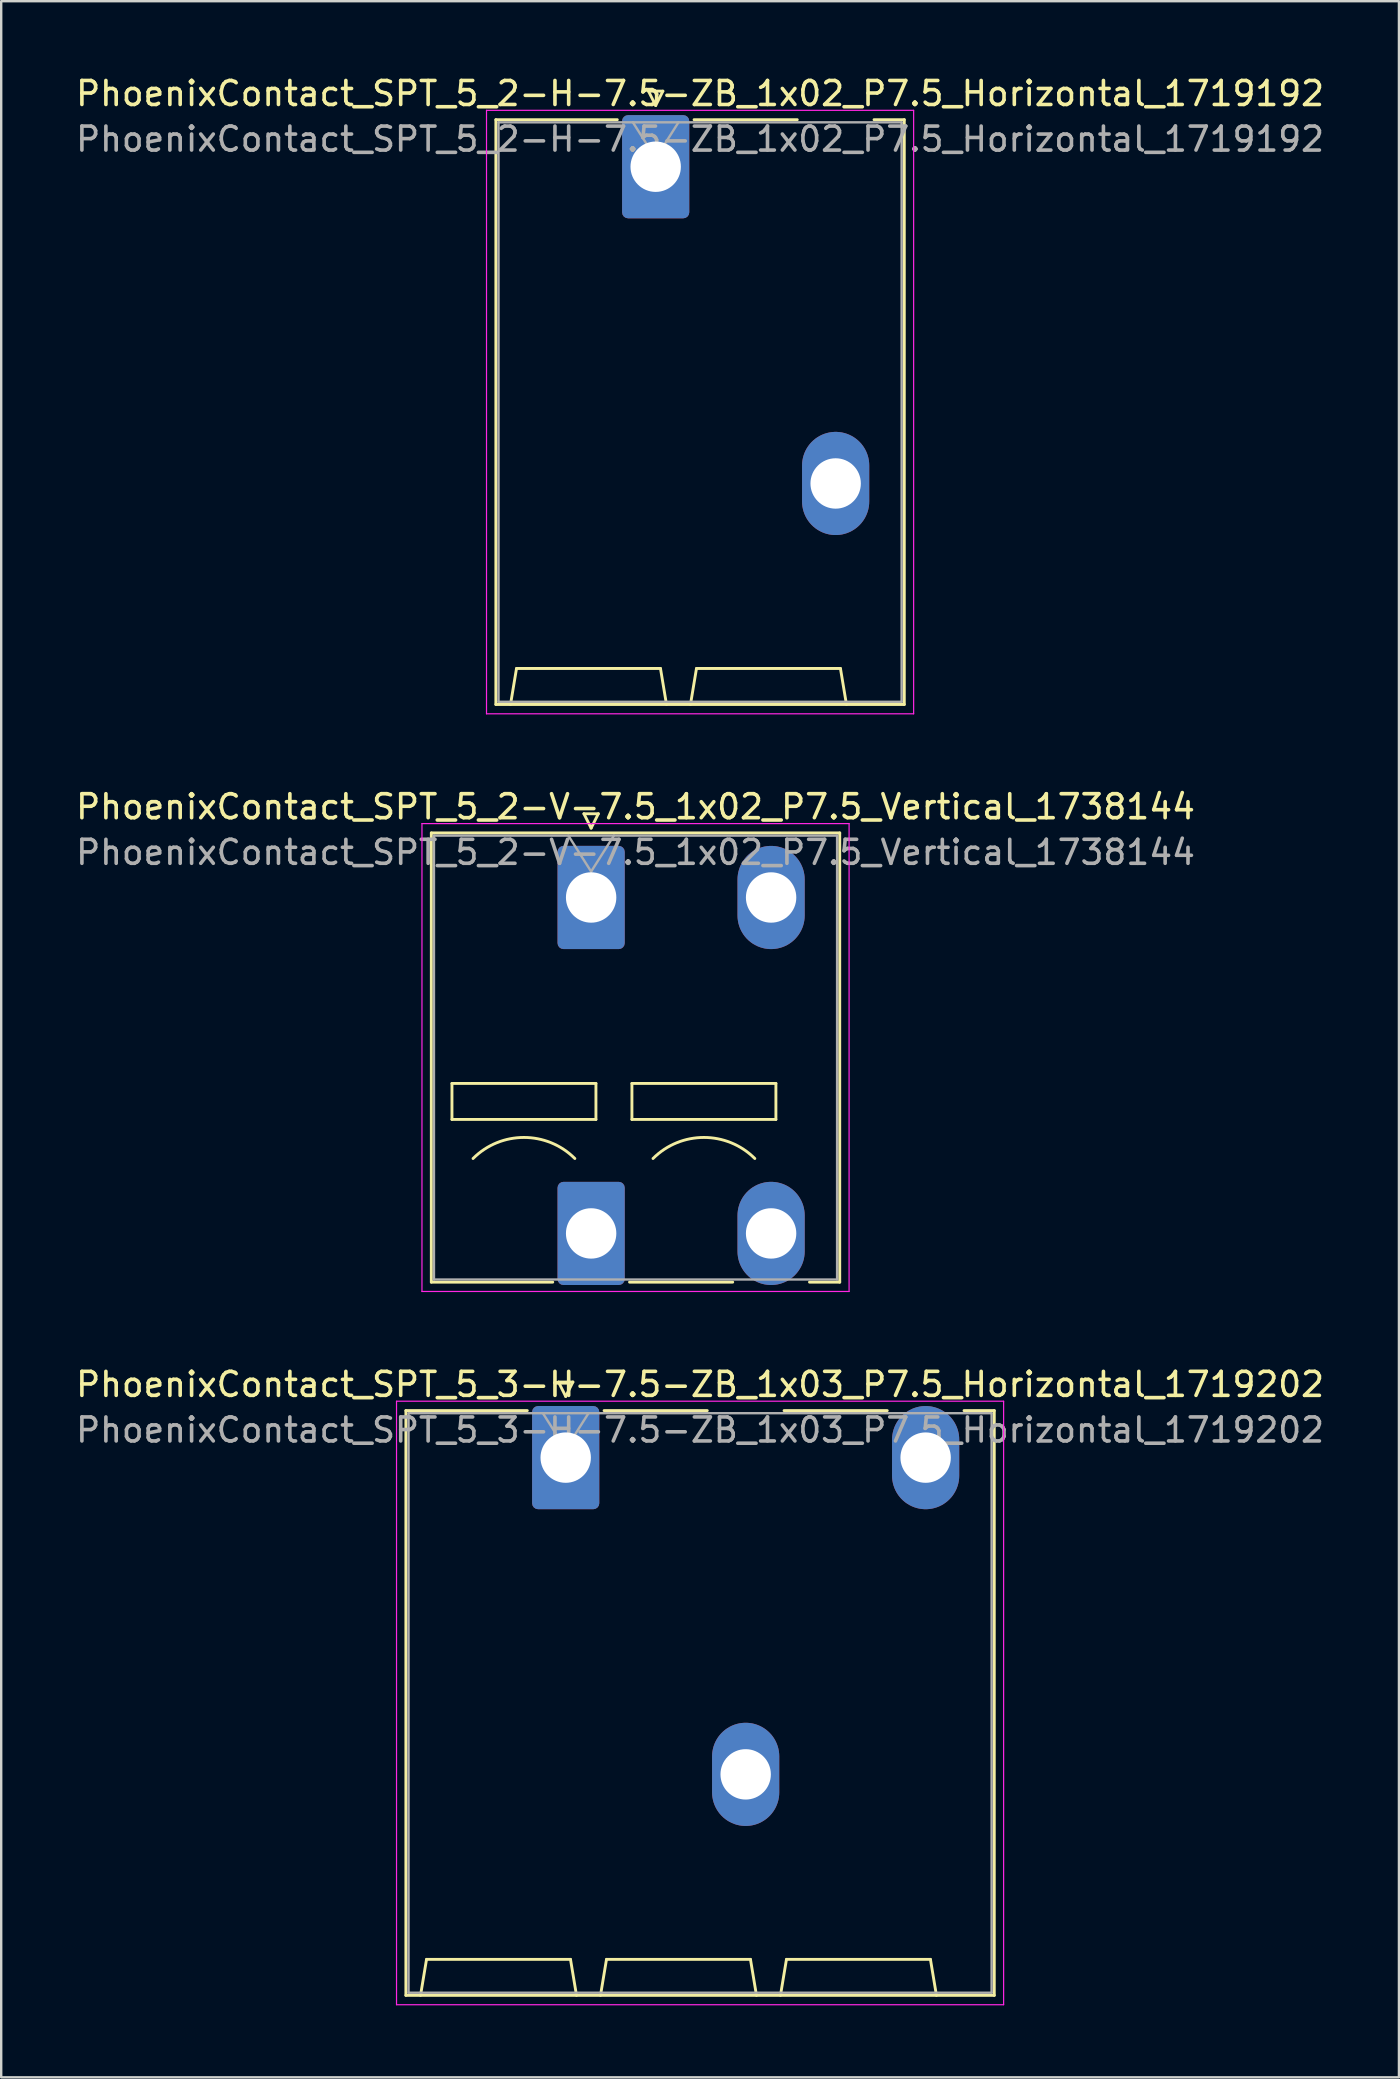
<source format=kicad_pcb>
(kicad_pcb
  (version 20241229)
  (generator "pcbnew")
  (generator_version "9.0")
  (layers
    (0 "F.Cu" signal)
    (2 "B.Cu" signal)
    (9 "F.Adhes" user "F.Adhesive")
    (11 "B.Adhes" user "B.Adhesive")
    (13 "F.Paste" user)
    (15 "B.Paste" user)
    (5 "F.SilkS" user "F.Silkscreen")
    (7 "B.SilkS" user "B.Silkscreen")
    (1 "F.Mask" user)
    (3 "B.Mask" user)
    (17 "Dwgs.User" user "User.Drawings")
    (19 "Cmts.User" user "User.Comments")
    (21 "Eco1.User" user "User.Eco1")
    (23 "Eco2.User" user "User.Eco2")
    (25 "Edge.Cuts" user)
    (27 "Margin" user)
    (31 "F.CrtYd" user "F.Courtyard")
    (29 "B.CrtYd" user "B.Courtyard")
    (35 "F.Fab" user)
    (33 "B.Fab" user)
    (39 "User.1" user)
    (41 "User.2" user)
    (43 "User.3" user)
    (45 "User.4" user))
  (footprint "PhoenixContact_SPT_5_2-H-7.5-ZB_1x02_P7.5_Horizontal_1719192"
    (layer "F.Cu")
    (at 24.275 3.898)
    (property "Reference" "PhoenixContact_SPT_5_2-H-7.5-ZB_1x02_P7.5_Horizontal_1719192" (at 1.85 -3.05 0) (layer "F.SilkS") (effects (font (size 1 1) (thickness 0.15))))
    (attr through_hole)
    (fp_line (start -6.66 -1.96) (end -1.6 -1.96) (stroke (width 0.12) (type solid)) (layer "F.SilkS"))
    (fp_line (start -6.66 22.41) (end -6.66 -1.96) (stroke (width 0.12) (type solid)) (layer "F.SilkS"))
    (fp_line (start -6.05 22.41) (end -5.8 20.91) (stroke (width 0.12) (type solid)) (layer "F.SilkS"))
    (fp_line (start -5.8 20.91) (end 0.2 20.91) (stroke (width 0.12) (type solid)) (layer "F.SilkS"))
    (fp_line (start -0.3 -3.15) (end 0 -2.55) (stroke (width 0.12) (type solid)) (layer "F.SilkS"))
    (fp_line (start -0.3 -3.15) (end 0.3 -3.15) (stroke (width 0.12) (type solid)) (layer "F.SilkS"))
    (fp_line (start 0.3 -3.15) (end 0 -2.55) (stroke (width 0.12) (type solid)) (layer "F.SilkS"))
    (fp_line (start 0.45 22.41) (end 0.2 20.91) (stroke (width 0.12) (type solid)) (layer "F.SilkS"))
    (fp_line (start 1.45 22.41) (end 1.7 20.91) (stroke (width 0.12) (type solid)) (layer "F.SilkS"))
    (fp_line (start 1.6 -1.96) (end 5.9 -1.96) (stroke (width 0.12) (type solid)) (layer "F.SilkS"))
    (fp_line (start 1.7 20.91) (end 7.7 20.91) (stroke (width 0.12) (type solid)) (layer "F.SilkS"))
    (fp_line (start 7.95 22.41) (end 7.7 20.91) (stroke (width 0.12) (type solid)) (layer "F.SilkS"))
    (fp_line (start 9.1 -1.96) (end 10.36 -1.96) (stroke (width 0.12) (type solid)) (layer "F.SilkS"))
    (fp_line (start 10.36 -1.96) (end 10.36 22.41) (stroke (width 0.12) (type solid)) (layer "F.SilkS"))
    (fp_line (start 10.36 22.41) (end -6.66 22.41) (stroke (width 0.12) (type solid)) (layer "F.SilkS"))
    (fp_line (start -7.05 -2.35) (end -7.05 22.8) (stroke (width 0.05) (type solid)) (layer "F.CrtYd"))
    (fp_line (start -7.05 22.8) (end 10.75 22.8) (stroke (width 0.05) (type solid)) (layer "F.CrtYd"))
    (fp_line (start 10.75 -2.35) (end -7.05 -2.35) (stroke (width 0.05) (type solid)) (layer "F.CrtYd"))
    (fp_line (start 10.75 22.8) (end 10.75 -2.35) (stroke (width 0.05) (type solid)) (layer "F.CrtYd"))
    (fp_line (start -6.55 -1.85) (end -6.55 22.3) (stroke (width 0.1) (type solid)) (layer "F.Fab"))
    (fp_line (start -6.55 22.3) (end 10.25 22.3) (stroke (width 0.1) (type solid)) (layer "F.Fab"))
    (fp_line (start -0.95 -1.85) (end 0 -0.35) (stroke (width 0.1) (type solid)) (layer "F.Fab"))
    (fp_line (start 0.95 -1.85) (end 0 -0.35) (stroke (width 0.1) (type solid)) (layer "F.Fab"))
    (fp_line (start 10.25 -1.85) (end -6.55 -1.85) (stroke (width 0.1) (type solid)) (layer "F.Fab"))
    (fp_line (start 10.25 22.3) (end 10.25 -1.85) (stroke (width 0.1) (type solid)) (layer "F.Fab"))
    (fp_text user "${REFERENCE}" (at 1.85 -1.15 0) (layer "F.Fab") (effects (font (size 1 1) (thickness 0.15))))
    (pad "1" thru_hole roundrect (at 0 0) (size 2.8 4.3) (drill 2.1) (layers "*.Cu" "*.Mask") (roundrect_rratio 0.089))
    (pad "2" thru_hole oval (at 7.5 13.2) (size 2.8 4.3) (drill 2.1) (layers "*.Cu" "*.Mask")))
  (footprint "PhoenixContact_SPT_5_2-V-7.5_1x02_P7.5_Vertical_1738144"
    (layer "F.Cu")
    (at 21.585 34.352)
    (property "Reference" "PhoenixContact_SPT_5_2-V-7.5_1x02_P7.5_Vertical_1738144" (at 1.85 -3.78 0) (layer "F.SilkS") (effects (font (size 1 1) (thickness 0.15))))
    (attr through_hole)
    (fp_line (start -6.66 -2.69) (end 10.36 -2.69) (stroke (width 0.12) (type solid)) (layer "F.SilkS"))
    (fp_line (start -6.66 16.03) (end -6.66 -2.69) (stroke (width 0.12) (type solid)) (layer "F.SilkS"))
    (fp_line (start -6.66 16.03) (end -1.6 16.03) (stroke (width 0.12) (type solid)) (layer "F.SilkS"))
    (fp_line (start -5.8 7.75) (end -5.8 9.25) (stroke (width 0.12) (type solid)) (layer "F.SilkS"))
    (fp_line (start -5.8 9.25) (end 0.2 9.25) (stroke (width 0.12) (type solid)) (layer "F.SilkS"))
    (fp_line (start -0.3 -3.49) (end 0 -2.89) (stroke (width 0.12) (type solid)) (layer "F.SilkS"))
    (fp_line (start -0.3 -3.49) (end 0.3 -3.49) (stroke (width 0.12) (type solid)) (layer "F.SilkS"))
    (fp_line (start 0.2 7.75) (end -5.8 7.75) (stroke (width 0.12) (type solid)) (layer "F.SilkS"))
    (fp_line (start 0.2 9.25) (end 0.2 7.75) (stroke (width 0.12) (type solid)) (layer "F.SilkS"))
    (fp_line (start 0.3 -3.49) (end 0 -2.89) (stroke (width 0.12) (type solid)) (layer "F.SilkS"))
    (fp_line (start 1.6 16.03) (end 5.9 16.03) (stroke (width 0.12) (type solid)) (layer "F.SilkS"))
    (fp_line (start 1.7 7.75) (end 1.7 9.25) (stroke (width 0.12) (type solid)) (layer "F.SilkS"))
    (fp_line (start 1.7 9.25) (end 7.7 9.25) (stroke (width 0.12) (type solid)) (layer "F.SilkS"))
    (fp_line (start 7.7 7.75) (end 1.7 7.75) (stroke (width 0.12) (type solid)) (layer "F.SilkS"))
    (fp_line (start 7.7 9.25) (end 7.7 7.75) (stroke (width 0.12) (type solid)) (layer "F.SilkS"))
    (fp_line (start 9.1 16.03) (end 10.36 16.03) (stroke (width 0.12) (type solid)) (layer "F.SilkS"))
    (fp_line (start 10.36 -2.69) (end 10.36 16.03) (stroke (width 0.12) (type solid)) (layer "F.SilkS"))
    (fp_arc (start -4.92132 10.87868) (mid -2.8 10) (end -0.67868 10.87868) (stroke (width 0.12) (type solid)) (layer "F.SilkS"))
    (fp_arc (start 2.57868 10.87868) (mid 4.7 10) (end 6.82132 10.87868) (stroke (width 0.12) (type solid)) (layer "F.SilkS"))
    (fp_line (start -7.05 -3.08) (end -7.05 16.42) (stroke (width 0.05) (type solid)) (layer "F.CrtYd"))
    (fp_line (start -7.05 16.42) (end 10.75 16.42) (stroke (width 0.05) (type solid)) (layer "F.CrtYd"))
    (fp_line (start 10.75 -3.08) (end -7.05 -3.08) (stroke (width 0.05) (type solid)) (layer "F.CrtYd"))
    (fp_line (start 10.75 16.42) (end 10.75 -3.08) (stroke (width 0.05) (type solid)) (layer "F.CrtYd"))
    (fp_line (start -6.55 -2.58) (end -6.55 15.92) (stroke (width 0.1) (type solid)) (layer "F.Fab"))
    (fp_line (start -6.55 15.92) (end 10.25 15.92) (stroke (width 0.1) (type solid)) (layer "F.Fab"))
    (fp_line (start -0.95 -2.58) (end 0 -1.08) (stroke (width 0.1) (type solid)) (layer "F.Fab"))
    (fp_line (start 0.95 -2.58) (end 0 -1.08) (stroke (width 0.1) (type solid)) (layer "F.Fab"))
    (fp_line (start 10.25 -2.58) (end -6.55 -2.58) (stroke (width 0.1) (type solid)) (layer "F.Fab"))
    (fp_line (start 10.25 15.92) (end 10.25 -2.58) (stroke (width 0.1) (type solid)) (layer "F.Fab"))
    (fp_text user "${REFERENCE}" (at 1.85 -1.88 0) (layer "F.Fab") (effects (font (size 1 1) (thickness 0.15))))
    (pad "1" thru_hole roundrect (at 0 0) (size 2.8 4.3) (drill 2.1) (layers "*.Cu" "*.Mask") (roundrect_rratio 0.089))
    (pad "1" thru_hole roundrect (at 0 14) (size 2.8 4.3) (drill 2.1) (layers "*.Cu" "*.Mask") (roundrect_rratio 0.089))
    (pad "2" thru_hole oval (at 7.5 0) (size 2.8 4.3) (drill 2.1) (layers "*.Cu" "*.Mask"))
    (pad "2" thru_hole oval (at 7.5 14) (size 2.8 4.3) (drill 2.1) (layers "*.Cu" "*.Mask")))
  (footprint "PhoenixContact_SPT_5_3-H-7.5-ZB_1x03_P7.5_Horizontal_1719202"
    (layer "F.Cu")
    (at 20.525 57.695)
    (property "Reference" "PhoenixContact_SPT_5_3-H-7.5-ZB_1x03_P7.5_Horizontal_1719202" (at 5.6 -3.05 0) (layer "F.SilkS") (effects (font (size 1 1) (thickness 0.15))))
    (attr through_hole)
    (fp_line (start -6.66 -1.96) (end -1.6 -1.96) (stroke (width 0.12) (type solid)) (layer "F.SilkS"))
    (fp_line (start -6.66 22.41) (end -6.66 -1.96) (stroke (width 0.12) (type solid)) (layer "F.SilkS"))
    (fp_line (start -6.05 22.41) (end -5.8 20.91) (stroke (width 0.12) (type solid)) (layer "F.SilkS"))
    (fp_line (start -5.8 20.91) (end 0.2 20.91) (stroke (width 0.12) (type solid)) (layer "F.SilkS"))
    (fp_line (start -0.3 -3.15) (end 0 -2.55) (stroke (width 0.12) (type solid)) (layer "F.SilkS"))
    (fp_line (start -0.3 -3.15) (end 0.3 -3.15) (stroke (width 0.12) (type solid)) (layer "F.SilkS"))
    (fp_line (start 0.3 -3.15) (end 0 -2.55) (stroke (width 0.12) (type solid)) (layer "F.SilkS"))
    (fp_line (start 0.45 22.41) (end 0.2 20.91) (stroke (width 0.12) (type solid)) (layer "F.SilkS"))
    (fp_line (start 1.45 22.41) (end 1.7 20.91) (stroke (width 0.12) (type solid)) (layer "F.SilkS"))
    (fp_line (start 1.6 -1.96) (end 5.9 -1.96) (stroke (width 0.12) (type solid)) (layer "F.SilkS"))
    (fp_line (start 1.7 20.91) (end 7.7 20.91) (stroke (width 0.12) (type solid)) (layer "F.SilkS"))
    (fp_line (start 7.95 22.41) (end 7.7 20.91) (stroke (width 0.12) (type solid)) (layer "F.SilkS"))
    (fp_line (start 8.95 22.41) (end 9.2 20.91) (stroke (width 0.12) (type solid)) (layer "F.SilkS"))
    (fp_line (start 9.1 -1.96) (end 13.4 -1.96) (stroke (width 0.12) (type solid)) (layer "F.SilkS"))
    (fp_line (start 9.2 20.91) (end 15.2 20.91) (stroke (width 0.12) (type solid)) (layer "F.SilkS"))
    (fp_line (start 15.45 22.41) (end 15.2 20.91) (stroke (width 0.12) (type solid)) (layer "F.SilkS"))
    (fp_line (start 16.6 -1.96) (end 17.86 -1.96) (stroke (width 0.12) (type solid)) (layer "F.SilkS"))
    (fp_line (start 17.86 -1.96) (end 17.86 22.41) (stroke (width 0.12) (type solid)) (layer "F.SilkS"))
    (fp_line (start 17.86 22.41) (end -6.66 22.41) (stroke (width 0.12) (type solid)) (layer "F.SilkS"))
    (fp_line (start -7.05 -2.35) (end -7.05 22.8) (stroke (width 0.05) (type solid)) (layer "F.CrtYd"))
    (fp_line (start -7.05 22.8) (end 18.25 22.8) (stroke (width 0.05) (type solid)) (layer "F.CrtYd"))
    (fp_line (start 18.25 -2.35) (end -7.05 -2.35) (stroke (width 0.05) (type solid)) (layer "F.CrtYd"))
    (fp_line (start 18.25 22.8) (end 18.25 -2.35) (stroke (width 0.05) (type solid)) (layer "F.CrtYd"))
    (fp_line (start -6.55 -1.85) (end -6.55 22.3) (stroke (width 0.1) (type solid)) (layer "F.Fab"))
    (fp_line (start -6.55 22.3) (end 17.75 22.3) (stroke (width 0.1) (type solid)) (layer "F.Fab"))
    (fp_line (start -0.95 -1.85) (end 0 -0.35) (stroke (width 0.1) (type solid)) (layer "F.Fab"))
    (fp_line (start 0.95 -1.85) (end 0 -0.35) (stroke (width 0.1) (type solid)) (layer "F.Fab"))
    (fp_line (start 17.75 -1.85) (end -6.55 -1.85) (stroke (width 0.1) (type solid)) (layer "F.Fab"))
    (fp_line (start 17.75 22.3) (end 17.75 -1.85) (stroke (width 0.1) (type solid)) (layer "F.Fab"))
    (fp_text user "${REFERENCE}" (at 5.6 -1.15 0) (layer "F.Fab") (effects (font (size 1 1) (thickness 0.15))))
    (pad "1" thru_hole roundrect (at 0 0) (size 2.8 4.3) (drill 2.1) (layers "*.Cu" "*.Mask") (roundrect_rratio 0.089))
    (pad "2" thru_hole oval (at 7.5 13.2) (size 2.8 4.3) (drill 2.1) (layers "*.Cu" "*.Mask"))
    (pad "3" thru_hole oval (at 15 0) (size 2.8 4.3) (drill 2.1) (layers "*.Cu" "*.Mask")))
  (gr_rect
    (start -3 -3)
    (end 55.25 83.52)
    (stroke (width 0.1) (type default))
    (fill no)
    (layer "Edge.Cuts")))
</source>
